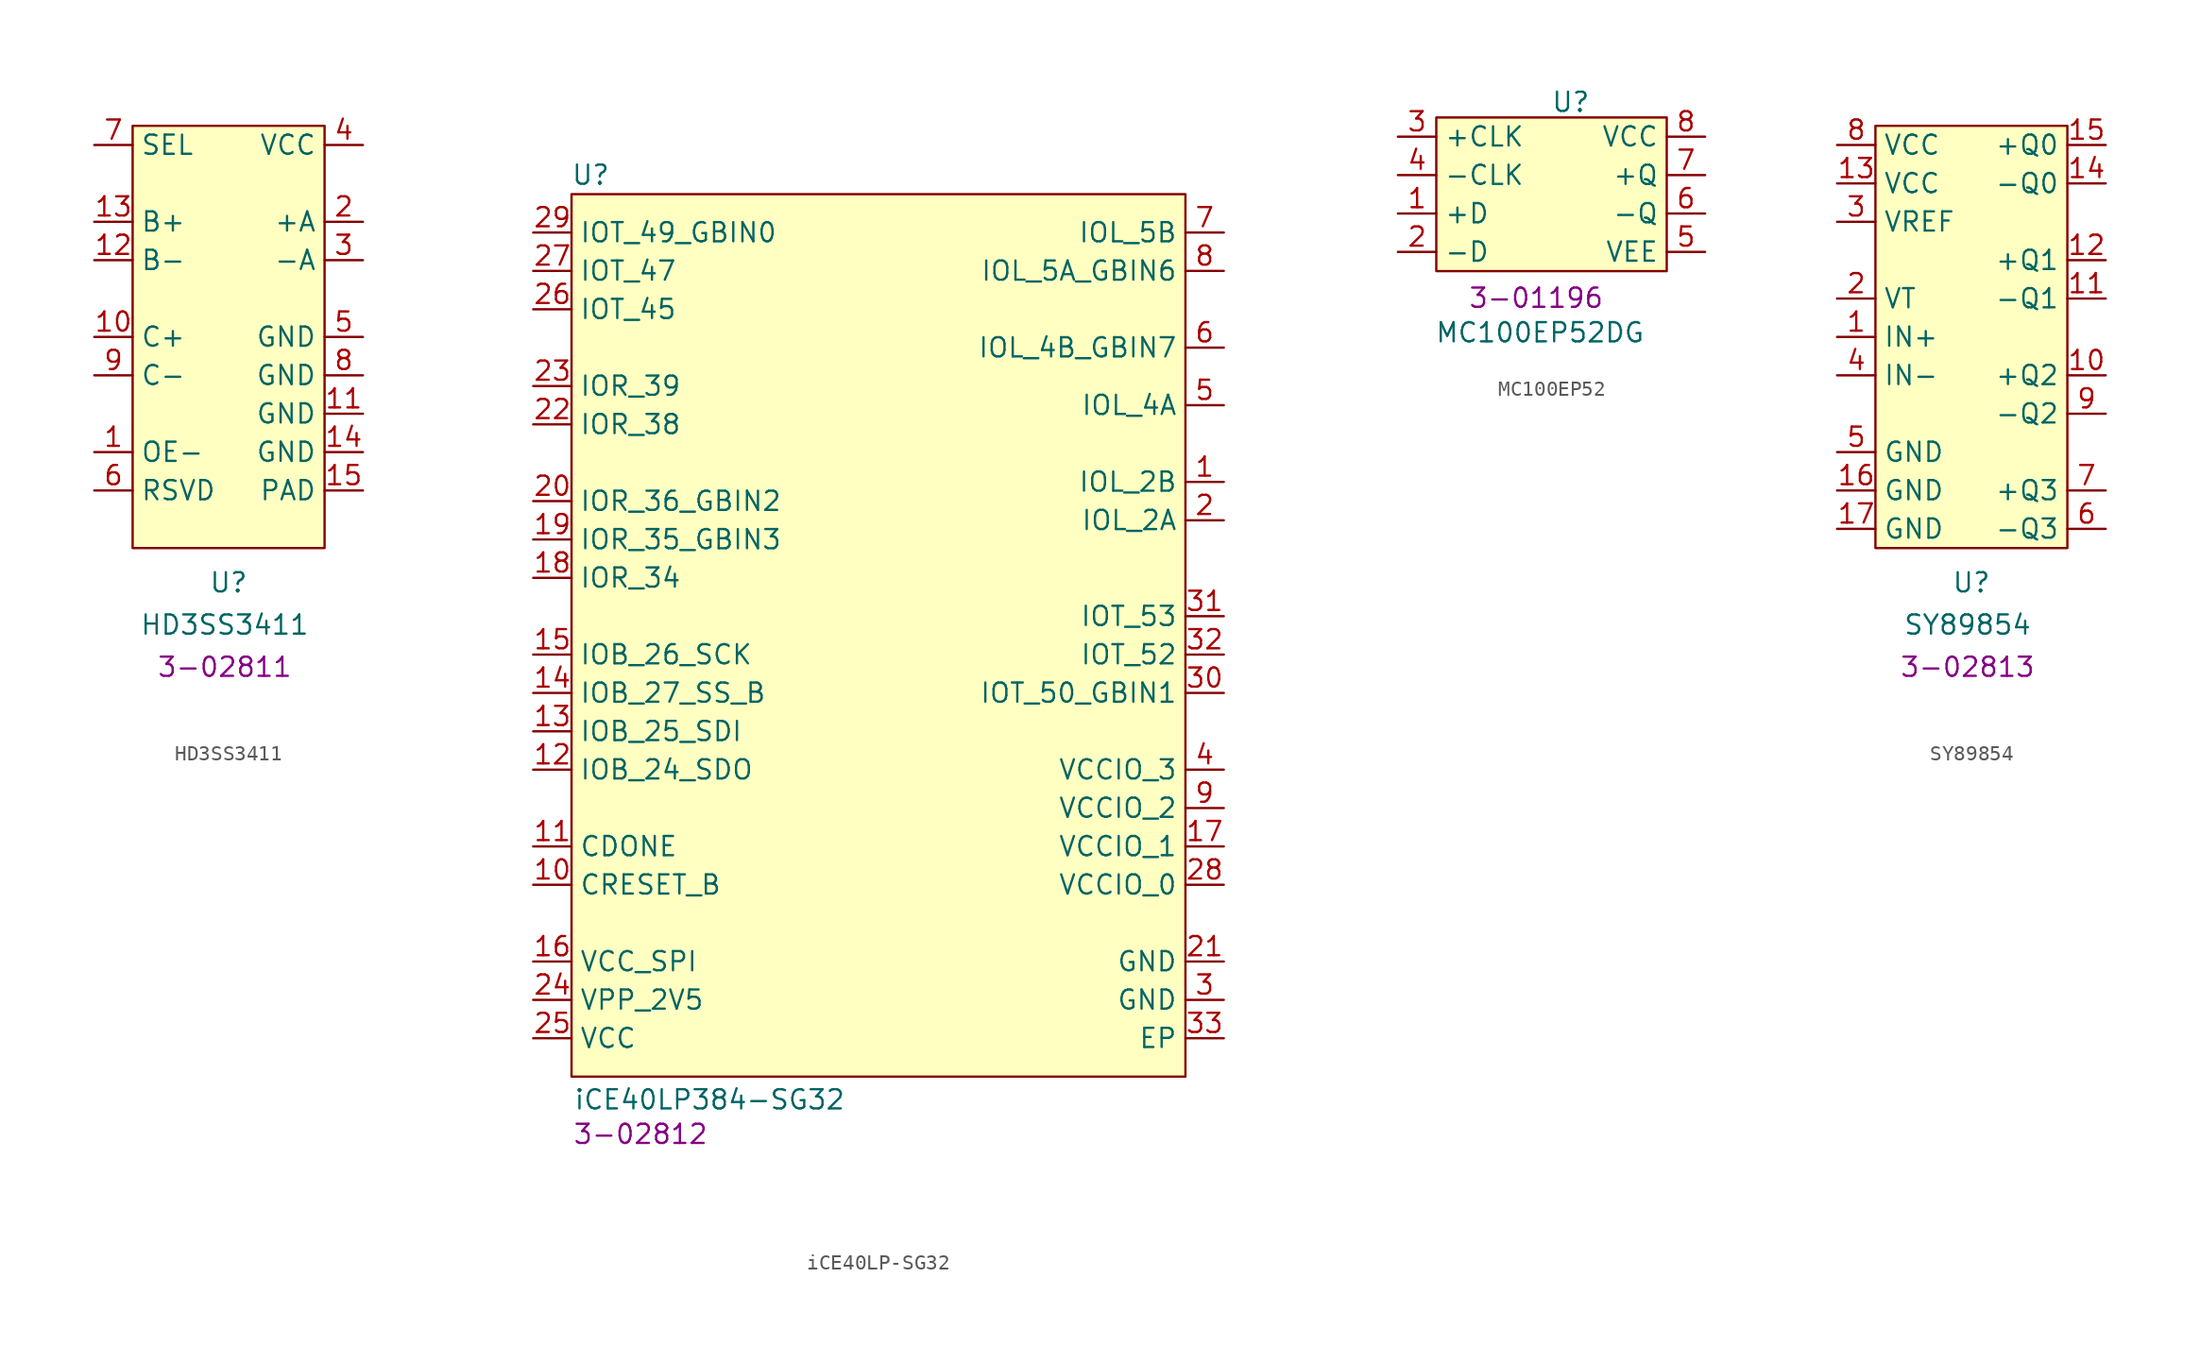
<source format=kicad_sym>
(kicad_symbol_lib
  (version 20231120)
  (generator "kicad_symbol_editor")
  (generator_version "8.0")
  (symbol "HD3SS3411"
    (property "Reference" "U"
      (at 0 -30.226 0)
      (effects (font (size 1.27 1.27))))
    (property "Value" "HD3SS3411"
      (at -0.254 -33.02 0)
      (effects (font (size 1.27 1.27))))
    (property "SRS" "3-02811"
      (at -0.254 -35.814 0)
      (effects (font (size 1.27 1.27))))
    (symbol "HD3SS3411_1_1"
      (rectangle (start -6.35 0) (end 6.35 -27.94) (stroke (width 0) (type default)) (fill (type background)))
      (pin passive line (at -8.89 -21.59 0) (length 2.54) (name "OE-" (effects (font (size 1.27 1.27)))) (number "1" (effects (font (size 1.27 1.27)))))
      (pin passive line (at -8.89 -13.97 0) (length 2.54) (name "C+" (effects (font (size 1.27 1.27)))) (number "10" (effects (font (size 1.27 1.27)))))
      (pin passive line (at 8.89 -19.05 180) (length 2.54) (name "GND" (effects (font (size 1.27 1.27)))) (number "11" (effects (font (size 1.27 1.27)))))
      (pin passive line (at -8.89 -8.89 0) (length 2.54) (name "B-" (effects (font (size 1.27 1.27)))) (number "12" (effects (font (size 1.27 1.27)))))
      (pin passive line (at -8.89 -6.35 0) (length 2.54) (name "B+" (effects (font (size 1.27 1.27)))) (number "13" (effects (font (size 1.27 1.27)))))
      (pin passive line (at 8.89 -21.59 180) (length 2.54) (name "GND" (effects (font (size 1.27 1.27)))) (number "14" (effects (font (size 1.27 1.27)))))
      (pin passive line (at 8.89 -24.13 180) (length 2.54) (name "PAD" (effects (font (size 1.27 1.27)))) (number "15" (effects (font (size 1.27 1.27)))))
      (pin passive line (at 8.89 -6.35 180) (length 2.54) (name "+A" (effects (font (size 1.27 1.27)))) (number "2" (effects (font (size 1.27 1.27)))))
      (pin passive line (at 8.89 -8.89 180) (length 2.54) (name "-A" (effects (font (size 1.27 1.27)))) (number "3" (effects (font (size 1.27 1.27)))))
      (pin passive line (at 8.89 -1.27 180) (length 2.54) (name "VCC" (effects (font (size 1.27 1.27)))) (number "4" (effects (font (size 1.27 1.27)))))
      (pin passive line (at 8.89 -13.97 180) (length 2.54) (name "GND" (effects (font (size 1.27 1.27)))) (number "5" (effects (font (size 1.27 1.27)))))
      (pin passive line (at -8.89 -24.13 0) (length 2.54) (name "RSVD" (effects (font (size 1.27 1.27)))) (number "6" (effects (font (size 1.27 1.27)))))
      (pin passive line (at -8.89 -1.27 0) (length 2.54) (name "SEL" (effects (font (size 1.27 1.27)))) (number "7" (effects (font (size 1.27 1.27)))))
      (pin passive line (at 8.89 -16.51 180) (length 2.54) (name "GND" (effects (font (size 1.27 1.27)))) (number "8" (effects (font (size 1.27 1.27)))))
      (pin passive line (at -8.89 -16.51 0) (length 2.54) (name "C-" (effects (font (size 1.27 1.27)))) (number "9" (effects (font (size 1.27 1.27)))))))
  (symbol "iCE40LP-SG32"
    (property "Reference" "U"
      (at 1.27 1.27 0)
      (effects (font (size 1.27 1.27))))
    (property "Value" "iCE40LP384-SG32"
      (at 9.144 -59.944 0)
      (effects (font (size 1.27 1.27))))
    (property "SRS" "3-02812"
      (at 4.572 -62.23 0)
      (effects (font (size 1.27 1.27))))
    (symbol "iCE40LP-SG32_1_1"
      (rectangle (start 0 0) (end 40.64 -58.42) (stroke (width 0) (type default)) (fill (type background)))
      (pin passive line (at 43.18 -19.05 180) (length 2.54) (name "IOL_2B" (effects (font (size 1.27 1.27)))) (number "1" (effects (font (size 1.27 1.27)))))
      (pin passive line (at -2.54 -45.72 0) (length 2.54) (name "CRESET_B" (effects (font (size 1.27 1.27)))) (number "10" (effects (font (size 1.27 1.27)))))
      (pin passive line (at -2.54 -43.18 0) (length 2.54) (name "CDONE" (effects (font (size 1.27 1.27)))) (number "11" (effects (font (size 1.27 1.27)))))
      (pin passive line (at -2.54 -38.1 0) (length 2.54) (name "IOB_24_SDO" (effects (font (size 1.27 1.27)))) (number "12" (effects (font (size 1.27 1.27)))))
      (pin passive line (at -2.54 -35.56 0) (length 2.54) (name "IOB_25_SDI" (effects (font (size 1.27 1.27)))) (number "13" (effects (font (size 1.27 1.27)))))
      (pin passive line (at -2.54 -33.02 0) (length 2.54) (name "IOB_27_SS_B" (effects (font (size 1.27 1.27)))) (number "14" (effects (font (size 1.27 1.27)))))
      (pin passive line (at -2.54 -30.48 0) (length 2.54) (name "IOB_26_SCK" (effects (font (size 1.27 1.27)))) (number "15" (effects (font (size 1.27 1.27)))))
      (pin passive line (at -2.54 -50.8 0) (length 2.54) (name "VCC_SPI" (effects (font (size 1.27 1.27)))) (number "16" (effects (font (size 1.27 1.27)))))
      (pin passive line (at 43.18 -43.18 180) (length 2.54) (name "VCCIO_1" (effects (font (size 1.27 1.27)))) (number "17" (effects (font (size 1.27 1.27)))))
      (pin passive line (at -2.54 -25.4 0) (length 2.54) (name "IOR_34" (effects (font (size 1.27 1.27)))) (number "18" (effects (font (size 1.27 1.27)))))
      (pin passive line (at -2.54 -22.86 0) (length 2.54) (name "IOR_35_GBIN3" (effects (font (size 1.27 1.27)))) (number "19" (effects (font (size 1.27 1.27)))))
      (pin passive line (at 43.18 -21.59 180) (length 2.54) (name "IOL_2A" (effects (font (size 1.27 1.27)))) (number "2" (effects (font (size 1.27 1.27)))))
      (pin passive line (at -2.54 -20.32 0) (length 2.54) (name "IOR_36_GBIN2" (effects (font (size 1.27 1.27)))) (number "20" (effects (font (size 1.27 1.27)))))
      (pin passive line (at 43.18 -50.8 180) (length 2.54) (name "GND" (effects (font (size 1.27 1.27)))) (number "21" (effects (font (size 1.27 1.27)))))
      (pin passive line (at -2.54 -15.24 0) (length 2.54) (name "IOR_38" (effects (font (size 1.27 1.27)))) (number "22" (effects (font (size 1.27 1.27)))))
      (pin passive line (at -2.54 -12.7 0) (length 2.54) (name "IOR_39" (effects (font (size 1.27 1.27)))) (number "23" (effects (font (size 1.27 1.27)))))
      (pin passive line (at -2.54 -53.34 0) (length 2.54) (name "VPP_2V5" (effects (font (size 1.27 1.27)))) (number "24" (effects (font (size 1.27 1.27)))))
      (pin passive line (at -2.54 -55.88 0) (length 2.54) (name "VCC" (effects (font (size 1.27 1.27)))) (number "25" (effects (font (size 1.27 1.27)))))
      (pin passive line (at -2.54 -7.62 0) (length 2.54) (name "IOT_45" (effects (font (size 1.27 1.27)))) (number "26" (effects (font (size 1.27 1.27)))))
      (pin passive line (at -2.54 -5.08 0) (length 2.54) (name "IOT_47" (effects (font (size 1.27 1.27)))) (number "27" (effects (font (size 1.27 1.27)))))
      (pin passive line (at 43.18 -45.72 180) (length 2.54) (name "VCCIO_0" (effects (font (size 1.27 1.27)))) (number "28" (effects (font (size 1.27 1.27)))))
      (pin passive line (at -2.54 -2.54 0) (length 2.54) (name "IOT_49_GBIN0" (effects (font (size 1.27 1.27)))) (number "29" (effects (font (size 1.27 1.27)))))
      (pin passive line (at 43.18 -53.34 180) (length 2.54) (name "GND" (effects (font (size 1.27 1.27)))) (number "3" (effects (font (size 1.27 1.27)))))
      (pin passive line (at 43.18 -33.02 180) (length 2.54) (name "IOT_50_GBIN1" (effects (font (size 1.27 1.27)))) (number "30" (effects (font (size 1.27 1.27)))))
      (pin passive line (at 43.18 -27.94 180) (length 2.54) (name "IOT_53" (effects (font (size 1.27 1.27)))) (number "31" (effects (font (size 1.27 1.27)))))
      (pin passive line (at 43.18 -30.48 180) (length 2.54) (name "IOT_52" (effects (font (size 1.27 1.27)))) (number "32" (effects (font (size 1.27 1.27)))))
      (pin passive line (at 43.18 -55.88 180) (length 2.54) (name "EP" (effects (font (size 1.27 1.27)))) (number "33" (effects (font (size 1.27 1.27)))))
      (pin passive line (at 43.18 -38.1 180) (length 2.54) (name "VCCIO_3" (effects (font (size 1.27 1.27)))) (number "4" (effects (font (size 1.27 1.27)))))
      (pin passive line (at 43.18 -13.97 180) (length 2.54) (name "IOL_4A" (effects (font (size 1.27 1.27)))) (number "5" (effects (font (size 1.27 1.27)))))
      (pin passive line (at 43.18 -10.16 180) (length 2.54) (name "IOL_4B_GBIN7" (effects (font (size 1.27 1.27)))) (number "6" (effects (font (size 1.27 1.27)))))
      (pin passive line (at 43.18 -2.54 180) (length 2.54) (name "IOL_5B" (effects (font (size 1.27 1.27)))) (number "7" (effects (font (size 1.27 1.27)))))
      (pin passive line (at 43.18 -5.08 180) (length 2.54) (name "IOL_5A_GBIN6" (effects (font (size 1.27 1.27)))) (number "8" (effects (font (size 1.27 1.27)))))
      (pin passive line (at 43.18 -40.64 180) (length 2.54) (name "VCCIO_2" (effects (font (size 1.27 1.27)))) (number "9" (effects (font (size 1.27 1.27)))))))
  (symbol "MC100EP52"
    (property "Reference" "U"
      (at 8.89 1.016 0)
      (effects (font (size 1.27 1.27))))
    (property "Value" "MC100EP52DG"
      (at 6.858 -14.224 0)
      (effects (font (size 1.27 1.27))))
    (property "SRS" "3-01196"
      (at 6.604 -11.938 0)
      (effects (font (size 1.27 1.27))))
    (symbol "MC100EP52_1_1"
      (rectangle (start 0 0) (end 15.24 -10.16) (stroke (width 0) (type default)) (fill (type background)))
      (pin passive line (at -2.54 -6.35 0) (length 2.54) (name "+D" (effects (font (size 1.27 1.27)))) (number "1" (effects (font (size 1.27 1.27)))))
      (pin passive line (at -2.54 -8.89 0) (length 2.54) (name "-D" (effects (font (size 1.27 1.27)))) (number "2" (effects (font (size 1.27 1.27)))))
      (pin passive line (at -2.54 -1.27 0) (length 2.54) (name "+CLK" (effects (font (size 1.27 1.27)))) (number "3" (effects (font (size 1.27 1.27)))))
      (pin passive line (at -2.54 -3.81 0) (length 2.54) (name "-CLK" (effects (font (size 1.27 1.27)))) (number "4" (effects (font (size 1.27 1.27)))))
      (pin passive line (at 17.78 -8.89 180) (length 2.54) (name "VEE" (effects (font (size 1.27 1.27)))) (number "5" (effects (font (size 1.27 1.27)))))
      (pin passive line (at 17.78 -6.35 180) (length 2.54) (name "-Q" (effects (font (size 1.27 1.27)))) (number "6" (effects (font (size 1.27 1.27)))))
      (pin passive line (at 17.78 -3.81 180) (length 2.54) (name "+Q" (effects (font (size 1.27 1.27)))) (number "7" (effects (font (size 1.27 1.27)))))
      (pin passive line (at 17.78 -1.27 180) (length 2.54) (name "VCC" (effects (font (size 1.27 1.27)))) (number "8" (effects (font (size 1.27 1.27)))))))
  (symbol "SY89854"
    (property "Reference" "U"
      (at 0 -30.226 0)
      (effects (font (size 1.27 1.27))))
    (property "Value" "SY89854"
      (at -0.254 -33.02 0)
      (effects (font (size 1.27 1.27))))
    (property "SRS" "3-02813"
      (at -0.254 -35.814 0)
      (effects (font (size 1.27 1.27))))
    (symbol "SY89854_1_1"
      (rectangle (start -6.35 0) (end 6.35 -27.94) (stroke (width 0) (type default)) (fill (type background)))
      (pin passive line (at -8.89 -13.97 0) (length 2.54) (name "IN+" (effects (font (size 1.27 1.27)))) (number "1" (effects (font (size 1.27 1.27)))))
      (pin passive line (at 8.89 -16.51 180) (length 2.54) (name "+Q2" (effects (font (size 1.27 1.27)))) (number "10" (effects (font (size 1.27 1.27)))))
      (pin passive line (at 8.89 -11.43 180) (length 2.54) (name "-Q1" (effects (font (size 1.27 1.27)))) (number "11" (effects (font (size 1.27 1.27)))))
      (pin passive line (at 8.89 -8.89 180) (length 2.54) (name "+Q1" (effects (font (size 1.27 1.27)))) (number "12" (effects (font (size 1.27 1.27)))))
      (pin passive line (at -8.89 -3.81 0) (length 2.54) (name "VCC" (effects (font (size 1.27 1.27)))) (number "13" (effects (font (size 1.27 1.27)))))
      (pin passive line (at 8.89 -3.81 180) (length 2.54) (name "-Q0" (effects (font (size 1.27 1.27)))) (number "14" (effects (font (size 1.27 1.27)))))
      (pin passive line (at 8.89 -1.27 180) (length 2.54) (name "+Q0" (effects (font (size 1.27 1.27)))) (number "15" (effects (font (size 1.27 1.27)))))
      (pin passive line (at -8.89 -24.13 0) (length 2.54) (name "GND" (effects (font (size 1.27 1.27)))) (number "16" (effects (font (size 1.27 1.27)))))
      (pin passive line (at -8.89 -26.67 0) (length 2.54) (name "GND" (effects (font (size 1.27 1.27)))) (number "17" (effects (font (size 1.27 1.27)))))
      (pin passive line (at -8.89 -11.43 0) (length 2.54) (name "VT" (effects (font (size 1.27 1.27)))) (number "2" (effects (font (size 1.27 1.27)))))
      (pin passive line (at -8.89 -6.35 0) (length 2.54) (name "VREF" (effects (font (size 1.27 1.27)))) (number "3" (effects (font (size 1.27 1.27)))))
      (pin passive line (at -8.89 -16.51 0) (length 2.54) (name "IN-" (effects (font (size 1.27 1.27)))) (number "4" (effects (font (size 1.27 1.27)))))
      (pin passive line (at -8.89 -21.59 0) (length 2.54) (name "GND" (effects (font (size 1.27 1.27)))) (number "5" (effects (font (size 1.27 1.27)))))
      (pin passive line (at 8.89 -26.67 180) (length 2.54) (name "-Q3" (effects (font (size 1.27 1.27)))) (number "6" (effects (font (size 1.27 1.27)))))
      (pin passive line (at 8.89 -24.13 180) (length 2.54) (name "+Q3" (effects (font (size 1.27 1.27)))) (number "7" (effects (font (size 1.27 1.27)))))
      (pin passive line (at -8.89 -1.27 0) (length 2.54) (name "VCC" (effects (font (size 1.27 1.27)))) (number "8" (effects (font (size 1.27 1.27)))))
      (pin passive line (at 8.89 -19.05 180) (length 2.54) (name "-Q2" (effects (font (size 1.27 1.27)))) (number "9" (effects (font (size 1.27 1.27))))))))
</source>
